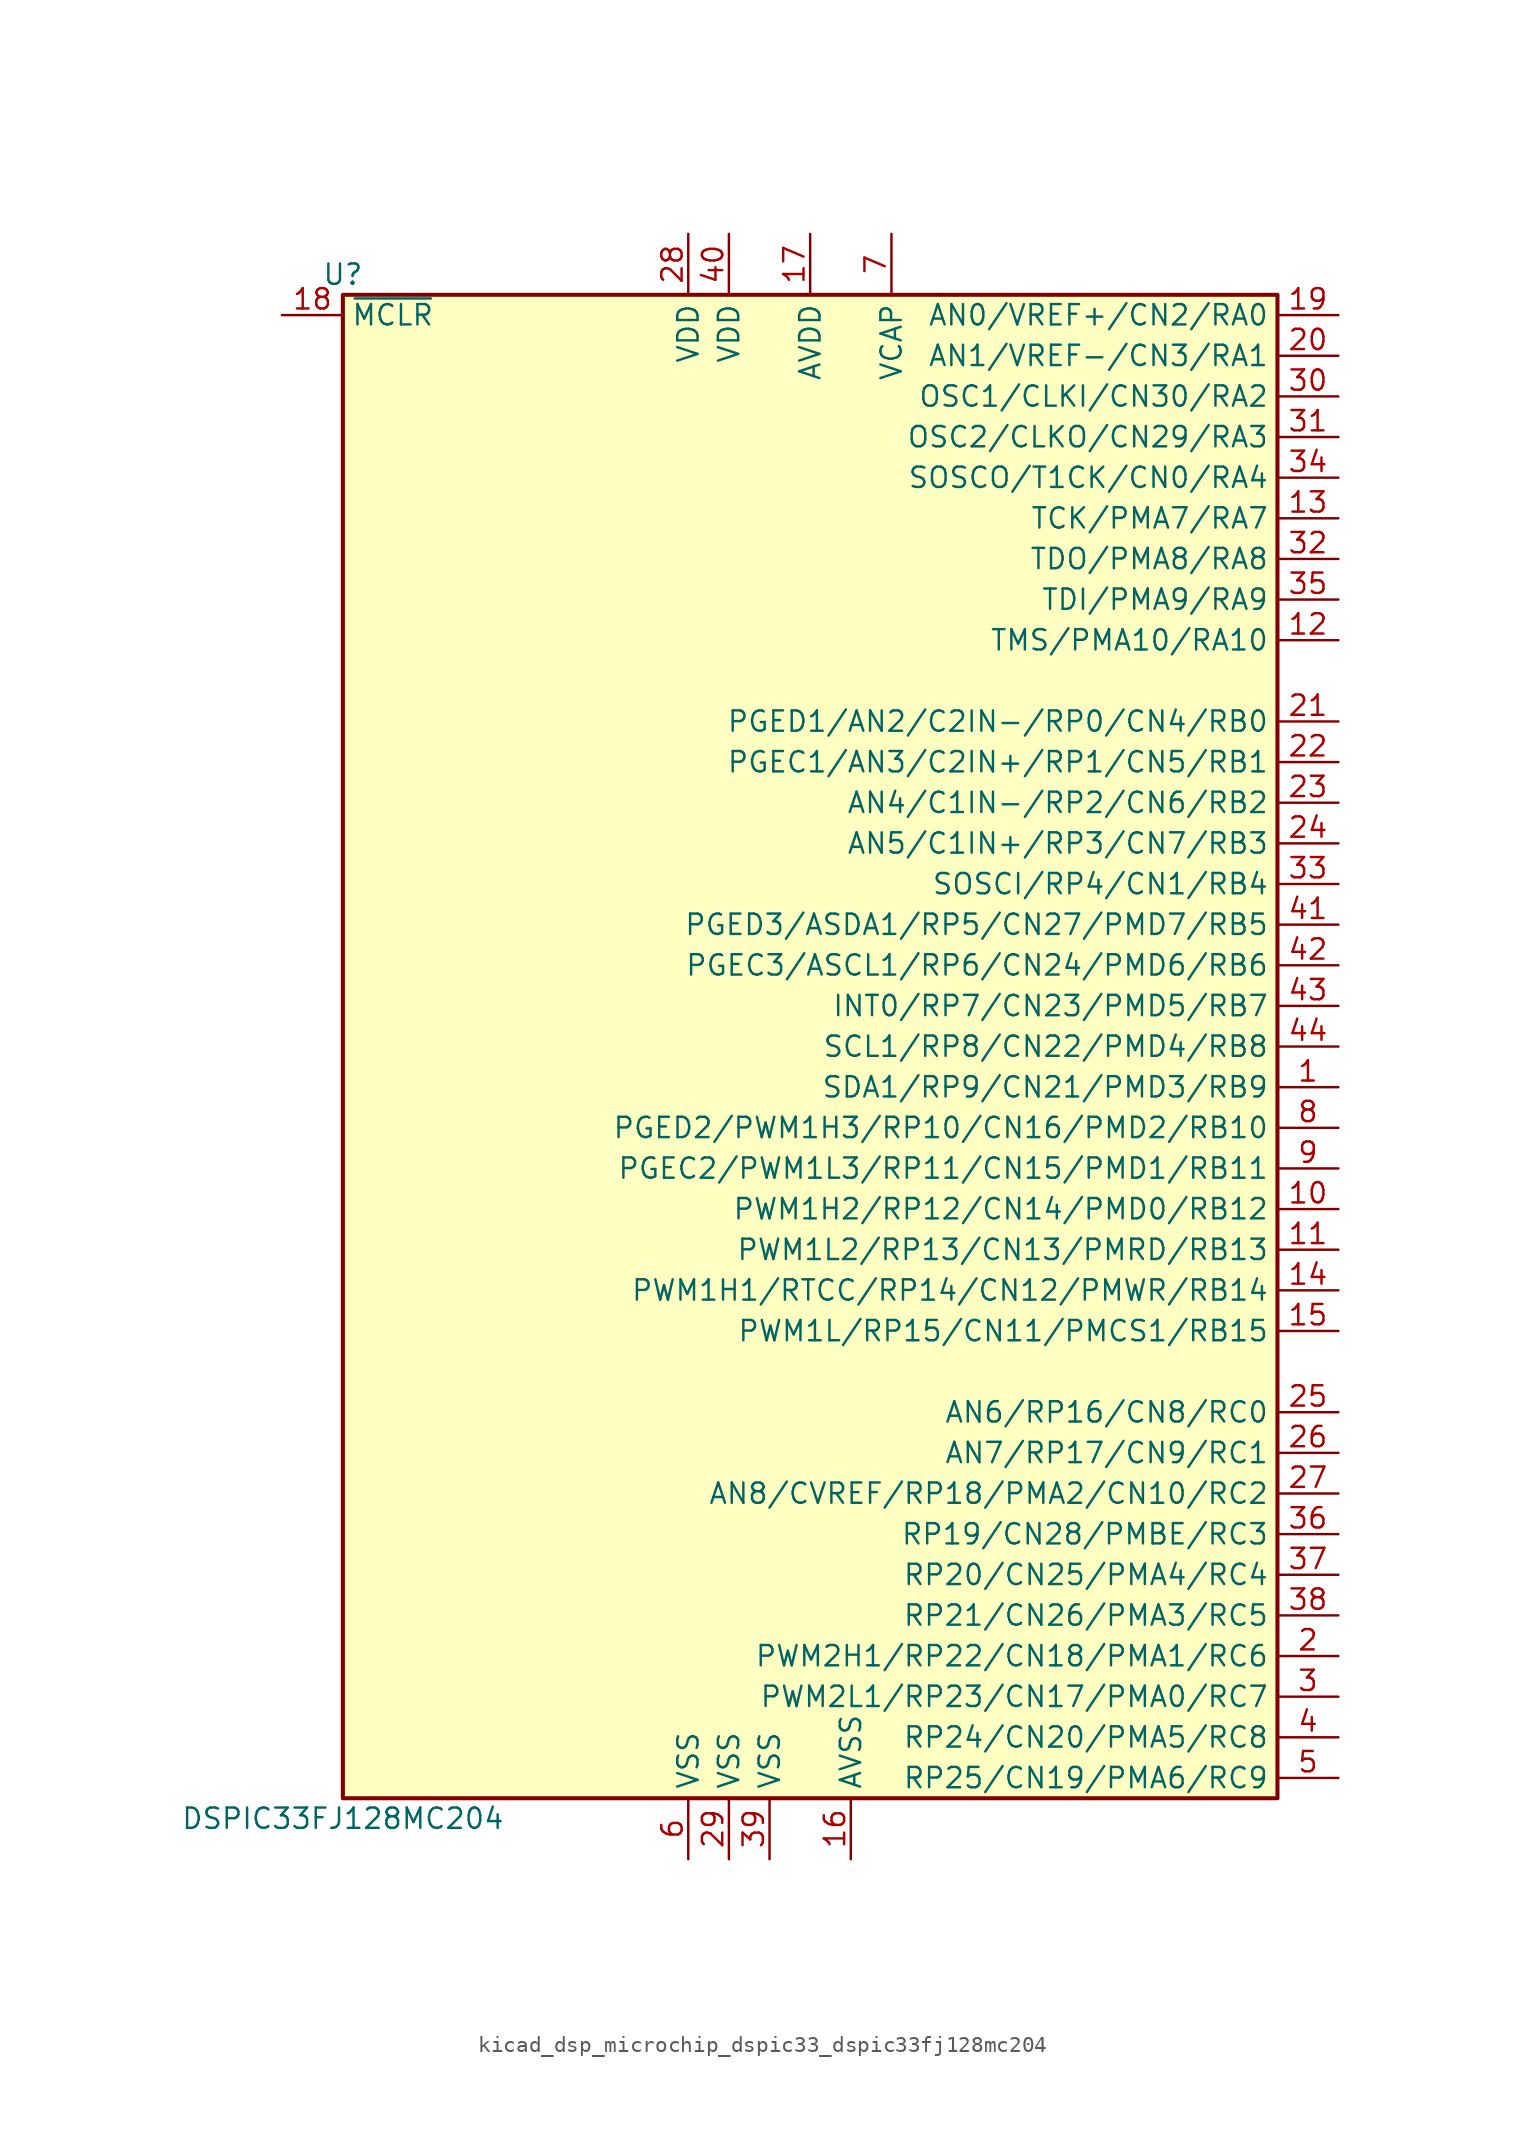
<source format=kicad_sym>
(kicad_symbol_lib
  (version 20220914)
  (generator kicad_symbol_editor)
  (symbol "kicad_dsp_microchip_dspic33_dspic33fj128mc204"
    (property "Reference" "U"
      (at -29.21 48.26 0)
      (effects (font (size 1.27 1.27))))
    (property "Value" "DSPIC33FJ128MC204"
      (at -29.21 -48.26 0)
      (effects (font (size 1.27 1.27))))
    (symbol "kicad_dsp_microchip_dspic33_dspic33fj128mc204_1_1"
      (rectangle (start -29.21 46.99) (end 29.21 -46.99) (stroke (width 0.254) (type default)) (fill (type background)))
      (pin bidirectional line (at 33.02 -2.54 180) (length 3.81) (name "SDA1/RP9/CN21/PMD3/RB9" (effects (font (size 1.27 1.27)))) (number "1" (effects (font (size 1.27 1.27)))))
      (pin bidirectional line (at 33.02 -10.16 180) (length 3.81) (name "PWM1H2/RP12/CN14/PMD0/RB12" (effects (font (size 1.27 1.27)))) (number "10" (effects (font (size 1.27 1.27)))))
      (pin bidirectional line (at 33.02 -12.7 180) (length 3.81) (name "PWM1L2/RP13/CN13/PMRD/RB13" (effects (font (size 1.27 1.27)))) (number "11" (effects (font (size 1.27 1.27)))))
      (pin bidirectional line (at 33.02 25.4 180) (length 3.81) (name "TMS/PMA10/RA10" (effects (font (size 1.27 1.27)))) (number "12" (effects (font (size 1.27 1.27)))))
      (pin bidirectional line (at 33.02 33.02 180) (length 3.81) (name "TCK/PMA7/RA7" (effects (font (size 1.27 1.27)))) (number "13" (effects (font (size 1.27 1.27)))))
      (pin bidirectional line (at 33.02 -15.24 180) (length 3.81) (name "PWM1H1/RTCC/RP14/CN12/PMWR/RB14" (effects (font (size 1.27 1.27)))) (number "14" (effects (font (size 1.27 1.27)))))
      (pin bidirectional line (at 33.02 -17.78 180) (length 3.81) (name "PWM1L/RP15/CN11/PMCS1/RB15" (effects (font (size 1.27 1.27)))) (number "15" (effects (font (size 1.27 1.27)))))
      (pin power_in line (at 2.54 -50.8 90) (length 3.81) (name "AVSS" (effects (font (size 1.27 1.27)))) (number "16" (effects (font (size 1.27 1.27)))))
      (pin power_in line (at 0 50.8 270) (length 3.81) (name "AVDD" (effects (font (size 1.27 1.27)))) (number "17" (effects (font (size 1.27 1.27)))))
      (pin input line (at -33.02 45.72 0) (length 3.81) (name "~{MCLR}" (effects (font (size 1.27 1.27)))) (number "18" (effects (font (size 1.27 1.27)))))
      (pin bidirectional line (at 33.02 45.72 180) (length 3.81) (name "AN0/VREF+/CN2/RA0" (effects (font (size 1.27 1.27)))) (number "19" (effects (font (size 1.27 1.27)))))
      (pin bidirectional line (at 33.02 -38.1 180) (length 3.81) (name "PWM2H1/RP22/CN18/PMA1/RC6" (effects (font (size 1.27 1.27)))) (number "2" (effects (font (size 1.27 1.27)))))
      (pin bidirectional line (at 33.02 43.18 180) (length 3.81) (name "AN1/VREF-/CN3/RA1" (effects (font (size 1.27 1.27)))) (number "20" (effects (font (size 1.27 1.27)))))
      (pin bidirectional line (at 33.02 20.32 180) (length 3.81) (name "PGED1/AN2/C2IN-/RP0/CN4/RB0" (effects (font (size 1.27 1.27)))) (number "21" (effects (font (size 1.27 1.27)))))
      (pin bidirectional line (at 33.02 17.78 180) (length 3.81) (name "PGEC1/AN3/C2IN+/RP1/CN5/RB1" (effects (font (size 1.27 1.27)))) (number "22" (effects (font (size 1.27 1.27)))))
      (pin bidirectional line (at 33.02 15.24 180) (length 3.81) (name "AN4/C1IN-/RP2/CN6/RB2" (effects (font (size 1.27 1.27)))) (number "23" (effects (font (size 1.27 1.27)))))
      (pin bidirectional line (at 33.02 12.7 180) (length 3.81) (name "AN5/C1IN+/RP3/CN7/RB3" (effects (font (size 1.27 1.27)))) (number "24" (effects (font (size 1.27 1.27)))))
      (pin bidirectional line (at 33.02 -22.86 180) (length 3.81) (name "AN6/RP16/CN8/RC0" (effects (font (size 1.27 1.27)))) (number "25" (effects (font (size 1.27 1.27)))))
      (pin bidirectional line (at 33.02 -25.4 180) (length 3.81) (name "AN7/RP17/CN9/RC1" (effects (font (size 1.27 1.27)))) (number "26" (effects (font (size 1.27 1.27)))))
      (pin bidirectional line (at 33.02 -27.94 180) (length 3.81) (name "AN8/CVREF/RP18/PMA2/CN10/RC2" (effects (font (size 1.27 1.27)))) (number "27" (effects (font (size 1.27 1.27)))))
      (pin power_in line (at -7.62 50.8 270) (length 3.81) (name "VDD" (effects (font (size 1.27 1.27)))) (number "28" (effects (font (size 1.27 1.27)))))
      (pin power_in line (at -5.08 -50.8 90) (length 3.81) (name "VSS" (effects (font (size 1.27 1.27)))) (number "29" (effects (font (size 1.27 1.27)))))
      (pin bidirectional line (at 33.02 -40.64 180) (length 3.81) (name "PWM2L1/RP23/CN17/PMA0/RC7" (effects (font (size 1.27 1.27)))) (number "3" (effects (font (size 1.27 1.27)))))
      (pin input line (at 33.02 40.64 180) (length 3.81) (name "OSC1/CLKI/CN30/RA2" (effects (font (size 1.27 1.27)))) (number "30" (effects (font (size 1.27 1.27)))))
      (pin input line (at 33.02 38.1 180) (length 3.81) (name "OSC2/CLKO/CN29/RA3" (effects (font (size 1.27 1.27)))) (number "31" (effects (font (size 1.27 1.27)))))
      (pin input line (at 33.02 30.48 180) (length 3.81) (name "TDO/PMA8/RA8" (effects (font (size 1.27 1.27)))) (number "32" (effects (font (size 1.27 1.27)))))
      (pin input line (at 33.02 10.16 180) (length 3.81) (name "SOSCI/RP4/CN1/RB4" (effects (font (size 1.27 1.27)))) (number "33" (effects (font (size 1.27 1.27)))))
      (pin input line (at 33.02 35.56 180) (length 3.81) (name "SOSCO/T1CK/CN0/RA4" (effects (font (size 1.27 1.27)))) (number "34" (effects (font (size 1.27 1.27)))))
      (pin input line (at 33.02 27.94 180) (length 3.81) (name "TDI/PMA9/RA9" (effects (font (size 1.27 1.27)))) (number "35" (effects (font (size 1.27 1.27)))))
      (pin input line (at 33.02 -30.48 180) (length 3.81) (name "RP19/CN28/PMBE/RC3" (effects (font (size 1.27 1.27)))) (number "36" (effects (font (size 1.27 1.27)))))
      (pin input line (at 33.02 -33.02 180) (length 3.81) (name "RP20/CN25/PMA4/RC4" (effects (font (size 1.27 1.27)))) (number "37" (effects (font (size 1.27 1.27)))))
      (pin input line (at 33.02 -35.56 180) (length 3.81) (name "RP21/CN26/PMA3/RC5" (effects (font (size 1.27 1.27)))) (number "38" (effects (font (size 1.27 1.27)))))
      (pin power_in line (at -2.54 -50.8 90) (length 3.81) (name "VSS" (effects (font (size 1.27 1.27)))) (number "39" (effects (font (size 1.27 1.27)))))
      (pin bidirectional line (at 33.02 -43.18 180) (length 3.81) (name "RP24/CN20/PMA5/RC8" (effects (font (size 1.27 1.27)))) (number "4" (effects (font (size 1.27 1.27)))))
      (pin power_in line (at -5.08 50.8 270) (length 3.81) (name "VDD" (effects (font (size 1.27 1.27)))) (number "40" (effects (font (size 1.27 1.27)))))
      (pin input line (at 33.02 7.62 180) (length 3.81) (name "PGED3/ASDA1/RP5/CN27/PMD7/RB5" (effects (font (size 1.27 1.27)))) (number "41" (effects (font (size 1.27 1.27)))))
      (pin input line (at 33.02 5.08 180) (length 3.81) (name "PGEC3/ASCL1/RP6/CN24/PMD6/RB6" (effects (font (size 1.27 1.27)))) (number "42" (effects (font (size 1.27 1.27)))))
      (pin input line (at 33.02 2.54 180) (length 3.81) (name "INT0/RP7/CN23/PMD5/RB7" (effects (font (size 1.27 1.27)))) (number "43" (effects (font (size 1.27 1.27)))))
      (pin input line (at 33.02 0 180) (length 3.81) (name "SCL1/RP8/CN22/PMD4/RB8" (effects (font (size 1.27 1.27)))) (number "44" (effects (font (size 1.27 1.27)))))
      (pin bidirectional line (at 33.02 -45.72 180) (length 3.81) (name "RP25/CN19/PMA6/RC9" (effects (font (size 1.27 1.27)))) (number "5" (effects (font (size 1.27 1.27)))))
      (pin power_in line (at -7.62 -50.8 90) (length 3.81) (name "VSS" (effects (font (size 1.27 1.27)))) (number "6" (effects (font (size 1.27 1.27)))))
      (pin power_in line (at 5.08 50.8 270) (length 3.81) (name "VCAP" (effects (font (size 1.27 1.27)))) (number "7" (effects (font (size 1.27 1.27)))))
      (pin bidirectional line (at 33.02 -5.08 180) (length 3.81) (name "PGED2/PWM1H3/RP10/CN16/PMD2/RB10" (effects (font (size 1.27 1.27)))) (number "8" (effects (font (size 1.27 1.27)))))
      (pin bidirectional line (at 33.02 -7.62 180) (length 3.81) (name "PGEC2/PWM1L3/RP11/CN15/PMD1/RB11" (effects (font (size 1.27 1.27)))) (number "9" (effects (font (size 1.27 1.27))))))))
</source>
